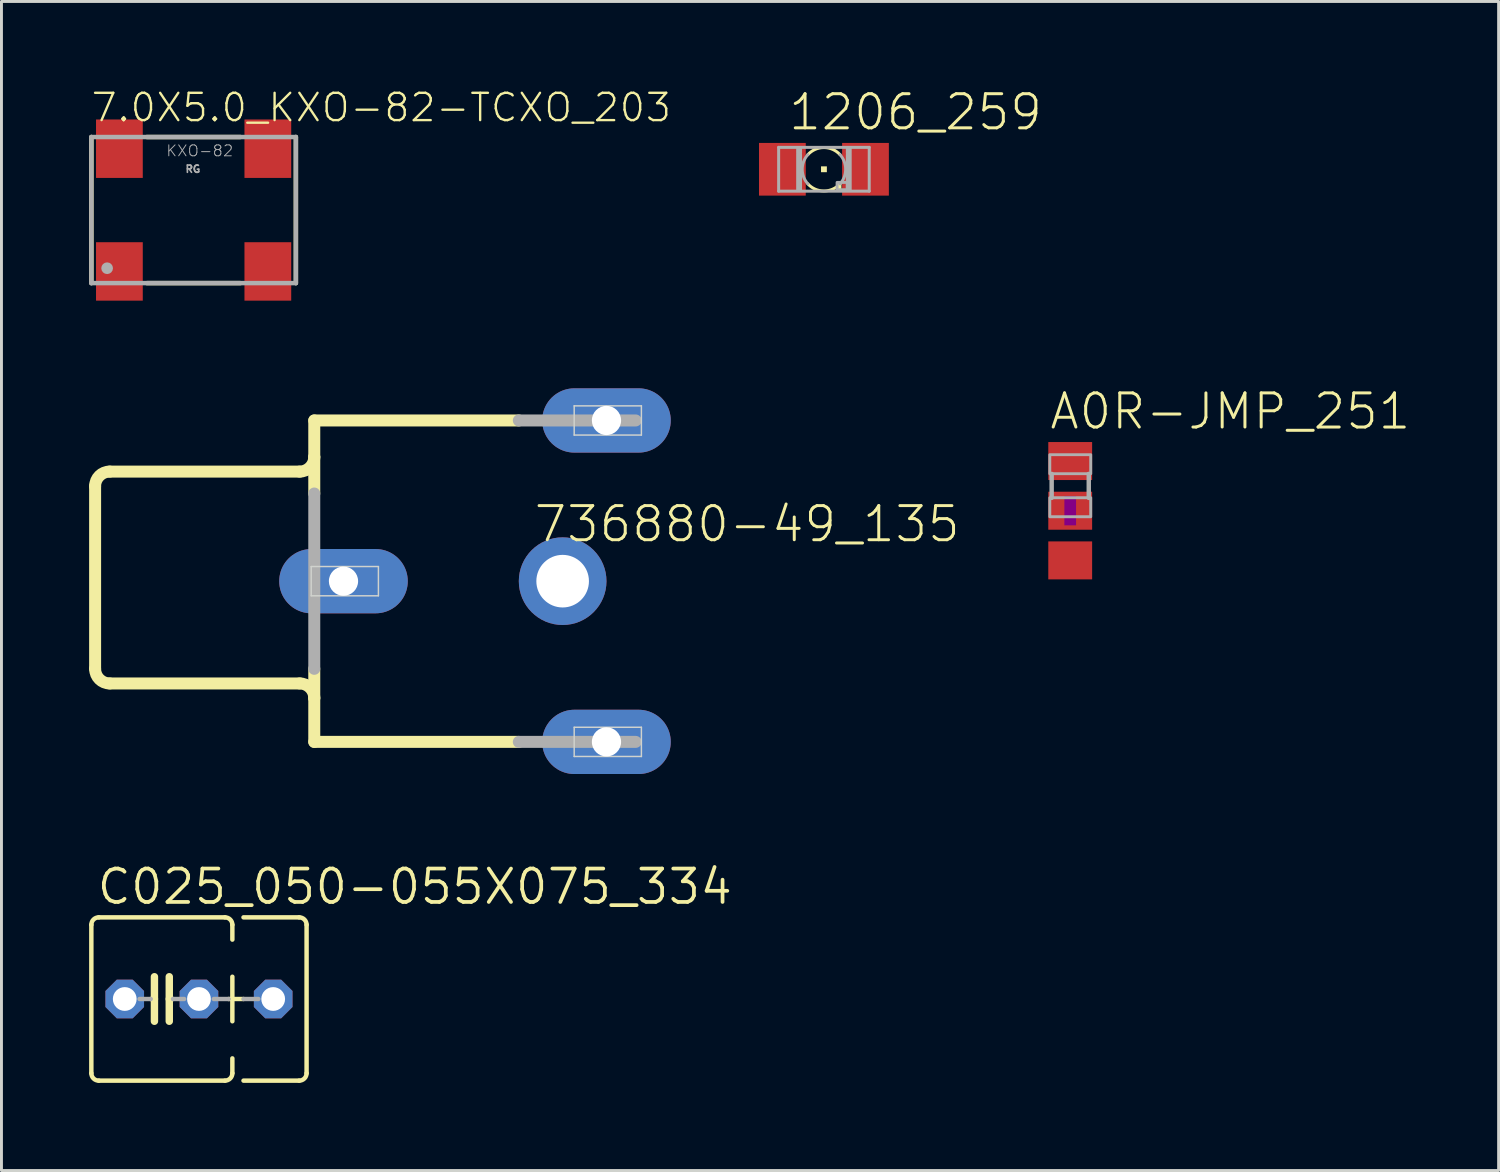
<source format=kicad_pcb>
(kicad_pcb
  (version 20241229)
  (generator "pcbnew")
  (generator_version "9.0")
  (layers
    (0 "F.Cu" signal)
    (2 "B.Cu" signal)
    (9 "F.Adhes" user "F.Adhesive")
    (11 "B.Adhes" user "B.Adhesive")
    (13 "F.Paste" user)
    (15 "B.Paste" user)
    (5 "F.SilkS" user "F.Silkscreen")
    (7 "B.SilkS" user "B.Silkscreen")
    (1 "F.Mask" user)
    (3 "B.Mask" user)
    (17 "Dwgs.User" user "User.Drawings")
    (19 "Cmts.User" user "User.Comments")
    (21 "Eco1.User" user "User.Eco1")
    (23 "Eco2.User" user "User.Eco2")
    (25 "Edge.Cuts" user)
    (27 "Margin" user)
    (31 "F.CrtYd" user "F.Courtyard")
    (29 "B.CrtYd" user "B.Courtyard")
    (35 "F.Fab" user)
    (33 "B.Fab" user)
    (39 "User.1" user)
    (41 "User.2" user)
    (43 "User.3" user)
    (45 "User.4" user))
  (footprint "C025_050-055X075_334"
    (layer "F.Cu")
    (at 2.489 31.138)
    (property "Reference" "C025_050-055X075_334" (at -2.286 -3.175 0) (unlocked yes) (layer "F.SilkS") (effects (font (size 1.143 1.143) (thickness 0.127)) (justify left bottom)))
    (fp_line (start -2.413 -2.54) (end -2.413 2.54) (stroke (width 0.152) (type solid)) (layer "F.SilkS"))
    (fp_line (start -2.159 -2.794) (end 2.159 -2.794) (stroke (width 0.152) (type solid)) (layer "F.SilkS"))
    (fp_line (start -0.254 -0.762) (end -0.254 0) (stroke (width 0.254) (type solid)) (layer "F.SilkS"))
    (fp_line (start -0.254 0) (end -0.381 0) (stroke (width 0.152) (type solid)) (layer "F.SilkS"))
    (fp_line (start -0.254 0) (end -0.254 0.762) (stroke (width 0.254) (type solid)) (layer "F.SilkS"))
    (fp_line (start 0.254 0) (end 0.254 -0.762) (stroke (width 0.254) (type solid)) (layer "F.SilkS"))
    (fp_line (start 0.254 0) (end 0.254 0.762) (stroke (width 0.254) (type solid)) (layer "F.SilkS"))
    (fp_line (start 0.381 0) (end 0.254 0) (stroke (width 0.152) (type solid)) (layer "F.SilkS"))
    (fp_line (start 2.159 2.794) (end -2.159 2.794) (stroke (width 0.152) (type solid)) (layer "F.SilkS"))
    (fp_line (start 2.286 0) (end 2.794 0) (stroke (width 0.152) (type solid)) (layer "F.SilkS"))
    (fp_line (start 2.413 -2.54) (end 2.413 -2.032) (stroke (width 0.152) (type solid)) (layer "F.SilkS"))
    (fp_line (start 2.413 -0.762) (end 2.413 0.762) (stroke (width 0.152) (type solid)) (layer "F.SilkS"))
    (fp_line (start 2.413 2.032) (end 2.413 2.54) (stroke (width 0.152) (type solid)) (layer "F.SilkS"))
    (fp_line (start 2.794 -2.794) (end 4.699 -2.794) (stroke (width 0.152) (type solid)) (layer "F.SilkS"))
    (fp_line (start 4.699 2.794) (end 2.794 2.794) (stroke (width 0.152) (type solid)) (layer "F.SilkS"))
    (fp_line (start 4.953 -2.54) (end 4.953 2.54) (stroke (width 0.152) (type solid)) (layer "F.SilkS"))
    (fp_arc (start -2.413 -2.54) (mid -2.338605 -2.719605) (end -2.159 -2.794) (stroke (width 0.1524) (type solid)) (layer "F.SilkS"))
    (fp_arc (start -2.159 2.794) (mid -2.338605 2.719605) (end -2.413 2.54) (stroke (width 0.1524) (type solid)) (layer "F.SilkS"))
    (fp_arc (start 2.159 -2.794) (mid 2.338605 -2.719605) (end 2.413 -2.54) (stroke (width 0.1524) (type solid)) (layer "F.SilkS"))
    (fp_arc (start 2.413 2.54) (mid 2.338605 2.719605) (end 2.159 2.794) (stroke (width 0.1524) (type solid)) (layer "F.SilkS"))
    (fp_arc (start 4.699 -2.794) (mid 4.878605 -2.719605) (end 4.953 -2.54) (stroke (width 0.1524) (type solid)) (layer "F.SilkS"))
    (fp_arc (start 4.953 2.54) (mid 4.878605 2.719605) (end 4.699 2.794) (stroke (width 0.1524) (type solid)) (layer "F.SilkS"))
    (fp_line (start -0.381 0) (end -0.762 0) (stroke (width 0.152) (type solid)) (layer "F.Fab"))
    (fp_line (start 0.381 0) (end 0.762 0) (stroke (width 0.152) (type solid)) (layer "F.Fab"))
    (fp_line (start 1.778 0) (end 2.286 0) (stroke (width 0.152) (type solid)) (layer "F.Fab"))
    (fp_line (start 2.794 0) (end 3.302 0) (stroke (width 0.152) (type solid)) (layer "F.Fab"))
    (pad "1" thru_hole roundrect (at -1.27 0) (size 1.321 1.321) (drill 0.813) (layers "*.Cu" "*.Mask") (roundrect_rratio 0.25) (chamfer_ratio 0.293) (chamfer top_left top_right bottom_left bottom_right))
    (pad "2" thru_hole roundrect (at 1.27 0) (size 1.321 1.321) (drill 0.813) (layers "*.Cu" "*.Mask") (roundrect_rratio 0.25) (chamfer_ratio 0.293) (chamfer top_left top_right bottom_left bottom_right))
    (pad "3" thru_hole roundrect (at 3.81 0) (size 1.321 1.321) (drill 0.813) (layers "*.Cu" "*.Mask") (roundrect_rratio 0.25) (chamfer_ratio 0.293) (chamfer top_left top_right bottom_left bottom_right)))
  (footprint "1206_259"
    (layer "F.Cu")
    (at 25.147 2.743)
    (property "Reference" "1206_259" (at -1.27 -1.27 0) (unlocked yes) (layer "F.SilkS") (effects (font (size 1.168 1.168) (thickness 0.102)) (justify left bottom)))
    (fp_arc (start -0.55 -0.5) (mid 0 -0.743303) (end 0.55 -0.5) (stroke (width 0.1016) (type solid)) (layer "F.SilkS"))
    (fp_arc (start 0.55 0.5) (mid 0 0.743303) (end -0.55 0.5) (stroke (width 0.1016) (type solid)) (layer "F.SilkS"))
    (fp_poly (pts (xy -0.1 0.1) (xy 0.1 0.1) (xy 0.1 -0.1) (xy -0.1 -0.1)) (stroke (width 0) (type default)) (fill yes) (layer "F.SilkS"))
    (fp_poly (pts (xy 0.45 0.7) (xy 0.6 0.7) (xy 0.6 0.45) (xy 0.45 0.45)) (stroke (width 0) (type default)) (fill yes) (layer "F.SilkS"))
    (fp_line (start -1.55 -0.75) (end 1.55 -0.75) (stroke (width 0.102) (type solid)) (layer "F.Fab"))
    (fp_line (start -1.55 0.75) (end -1.55 -0.75) (stroke (width 0.102) (type solid)) (layer "F.Fab"))
    (fp_line (start 1.55 -0.75) (end 1.55 0.75) (stroke (width 0.102) (type solid)) (layer "F.Fab"))
    (fp_line (start 1.55 0.75) (end -1.55 0.75) (stroke (width 0.102) (type solid)) (layer "F.Fab"))
    (fp_arc (start -0.55 0.5) (mid -0.743303 0) (end -0.55 -0.5) (stroke (width 0.1016) (type solid)) (layer "F.Fab"))
    (fp_arc (start 0.55 -0.5) (mid 0.743303 0) (end 0.55 0.5) (stroke (width 0.1016) (type solid)) (layer "F.Fab"))
    (fp_poly (pts (xy -0.9 -0.55) (xy -0.8 -0.55) (xy -0.8 -0.7) (xy -0.9 -0.7)) (stroke (width 0.1) (type default)) (fill no) (layer "F.Fab"))
    (fp_poly (pts (xy -0.9 0.7) (xy -0.8 0.7) (xy -0.8 -0.5) (xy -0.9 -0.5)) (stroke (width 0.1) (type default)) (fill no) (layer "F.Fab"))
    (fp_poly (pts (xy 0.45 0.7) (xy 0.8 0.7) (xy 0.8 0.45) (xy 0.45 0.45)) (stroke (width 0.1) (type default)) (fill no) (layer "F.Fab"))
    (fp_poly (pts (xy 0.8 -0.55) (xy 0.9 -0.55) (xy 0.9 -0.7) (xy 0.8 -0.7)) (stroke (width 0.1) (type default)) (fill no) (layer "F.Fab"))
    (fp_poly (pts (xy 0.8 0.7) (xy 0.9 0.7) (xy 0.9 -0.5) (xy 0.8 -0.5)) (stroke (width 0.1) (type default)) (fill no) (layer "F.Fab"))
    (pad "A" smd rect (at -1.422 0) (size 1.6 1.803) (layers "F.Cu" "F.Mask" "F.Paste"))
    (pad "C" smd rect (at 1.422 0) (size 1.6 1.803) (layers "F.Cu" "F.Mask" "F.Paste")))
  (footprint "7.0X5.0_KXO-82-TCXO_203"
    (layer "F.Cu")
    (at 3.576 4.139)
    (property "Reference" "7.0X5.0_KXO-82-TCXO_203" (at -3.56 -2.96 0) (unlocked yes) (layer "F.SilkS") (effects (font (size 0.935 0.935) (thickness 0.081)) (justify left bottom)))
    (fp_line (start -3.5 2.5) (end -3.5 -2.5) (stroke (width 0.152) (type solid)) (layer "F.SilkS"))
    (fp_line (start -1.6 -2.5) (end 1.6 -2.5) (stroke (width 0.152) (type solid)) (layer "F.SilkS"))
    (fp_line (start -1.6 2.5) (end 1.6 2.5) (stroke (width 0.152) (type solid)) (layer "F.SilkS"))
    (fp_line (start 3.5 2.5) (end 3.5 -2.5) (stroke (width 0.152) (type solid)) (layer "F.SilkS"))
    (fp_line (start -3.5 -2.5) (end -3.5 2.5) (stroke (width 0.152) (type solid)) (layer "F.Fab"))
    (fp_line (start -3.5 2.5) (end 3.5 2.5) (stroke (width 0.152) (type solid)) (layer "F.Fab"))
    (fp_line (start 3.5 -2.5) (end -3.5 -2.5) (stroke (width 0.152) (type solid)) (layer "F.Fab"))
    (fp_line (start 3.5 2.5) (end 3.5 -2.5) (stroke (width 0.152) (type solid)) (layer "F.Fab"))
    (fp_circle (center -2.96 1.99) (end -2.86 1.99) (stroke (width 0.2) (type solid)) (fill no) (layer "F.Fab"))
    (fp_text user "RG" (at -0.31 -1.26 0) (unlocked yes) (layer "F.Fab") (effects (font (size 0.247 0.247) (thickness 0.058)) (justify left bottom)))
    (fp_text user "KXO-82" (at -0.96 -1.81 0) (unlocked yes) (layer "F.Fab") (effects (font (size 0.374 0.374) (thickness 0.033)) (justify left bottom)))
    (pad "1" smd rect (at -2.54 2.1) (size 1.6 2) (layers "F.Cu" "F.Mask" "F.Paste"))
    (pad "2" smd rect (at 2.54 2.1) (size 1.6 2) (layers "F.Cu" "F.Mask" "F.Paste"))
    (pad "3" smd rect (at 2.54 -2.1) (size 1.6 2) (layers "F.Cu" "F.Mask" "F.Paste"))
    (pad "4" smd rect (at -2.54 -2.1) (size 1.6 2) (layers "F.Cu" "F.Mask" "F.Paste")))
  (footprint "736880-49_135"
    (layer "F.Cu")
    (at 12.625 16.839)
    (property "Reference" "736880-49_135" (at 2.54 -1.27 0) (unlocked yes) (layer "F.SilkS") (effects (font (size 1.168 1.168) (thickness 0.102)) (justify left bottom)))
    (fp_line (start -12.42 3) (end -12.42 -3.25) (stroke (width 0.41) (type solid)) (layer "F.SilkS"))
    (fp_line (start -11.92 -3.75) (end -5.42 -3.75) (stroke (width 0.41) (type solid)) (layer "F.SilkS"))
    (fp_line (start -5.42 3.5) (end -11.92 3.5) (stroke (width 0.41) (type solid)) (layer "F.SilkS"))
    (fp_line (start -4.92 -5.5) (end -4.92 -4.25) (stroke (width 0.41) (type solid)) (layer "F.SilkS"))
    (fp_line (start -4.92 -4.25) (end -4.92 -3) (stroke (width 0.41) (type solid)) (layer "F.SilkS"))
    (fp_line (start -4.92 4) (end -4.92 3) (stroke (width 0.41) (type solid)) (layer "F.SilkS"))
    (fp_line (start -4.92 5.5) (end -4.92 4) (stroke (width 0.41) (type solid)) (layer "F.SilkS"))
    (fp_line (start 2.08 -5.5) (end -4.92 -5.5) (stroke (width 0.41) (type solid)) (layer "F.SilkS"))
    (fp_line (start 2.08 5.5) (end -4.92 5.5) (stroke (width 0.41) (type solid)) (layer "F.SilkS"))
    (fp_arc (start -12.42 -3.25) (mid -12.273553 -3.603553) (end -11.92 -3.75) (stroke (width 0.4096) (type solid)) (layer "F.SilkS"))
    (fp_arc (start -11.92 3.5) (mid -12.273553 3.353553) (end -12.42 3) (stroke (width 0.4096) (type solid)) (layer "F.SilkS"))
    (fp_arc (start -5.42 3.5) (mid -5.066447 3.646447) (end -4.92 4) (stroke (width 0.4096) (type solid)) (layer "F.SilkS"))
    (fp_arc (start -4.92 -4.25) (mid -5.066447 -3.896447) (end -5.42 -3.75) (stroke (width 0.4096) (type solid)) (layer "F.SilkS"))
    (fp_line (start -5.025 -0.5) (end -2.725 -0.5) (stroke (width 0.05) (type solid)) (layer "Edge.Cuts"))
    (fp_line (start -5.025 0.5) (end -5.025 -0.5) (stroke (width 0.05) (type solid)) (layer "Edge.Cuts"))
    (fp_line (start -2.725 -0.5) (end -2.725 0.5) (stroke (width 0.05) (type solid)) (layer "Edge.Cuts"))
    (fp_line (start -2.725 0.5) (end -5.025 0.5) (stroke (width 0.05) (type solid)) (layer "Edge.Cuts"))
    (fp_line (start 3.975 -6) (end 6.275 -6) (stroke (width 0.05) (type solid)) (layer "Edge.Cuts"))
    (fp_line (start 3.975 -5) (end 3.975 -6) (stroke (width 0.05) (type solid)) (layer "Edge.Cuts"))
    (fp_line (start 3.975 5) (end 6.275 5) (stroke (width 0.05) (type solid)) (layer "Edge.Cuts"))
    (fp_line (start 3.975 6) (end 3.975 5) (stroke (width 0.05) (type solid)) (layer "Edge.Cuts"))
    (fp_line (start 6.275 -6) (end 6.275 -5) (stroke (width 0.05) (type solid)) (layer "Edge.Cuts"))
    (fp_line (start 6.275 -5) (end 3.975 -5) (stroke (width 0.05) (type solid)) (layer "Edge.Cuts"))
    (fp_line (start 6.275 5) (end 6.275 6) (stroke (width 0.05) (type solid)) (layer "Edge.Cuts"))
    (fp_line (start 6.275 6) (end 3.975 6) (stroke (width 0.05) (type solid)) (layer "Edge.Cuts"))
    (fp_line (start -4.92 -3) (end -4.92 3) (stroke (width 0.41) (type solid)) (layer "F.Fab"))
    (fp_line (start 6.08 -5.5) (end 2.08 -5.5) (stroke (width 0.41) (type solid)) (layer "F.Fab"))
    (fp_line (start 6.08 5.5) (end 2.08 5.5) (stroke (width 0.41) (type solid)) (layer "F.Fab"))
    (pad "1" thru_hole oval (at -3.92 0) (size 4.4 2.2) (drill 1) (layers "*.Cu" "*.Mask"))
    (pad "1@1" thru_hole oval (at 5.08 5.5) (size 4.4 2.2) (drill 1) (layers "*.Cu" "*.Mask"))
    (pad "1@2" thru_hole oval (at 5.08 -5.5) (size 4.4 2.2) (drill 1) (layers "*.Cu" "*.Mask"))
    (pad "2" thru_hole circle (at 3.58 0) (size 3 3) (drill 1.8) (layers "*.Cu" "*.Mask")))
  (footprint "A0R-JMP_251"
    (layer "F.Cu")
    (at 33.575 14.428)
    (property "Reference" "A0R-JMP_251" (at -0.762 -2.716 0) (unlocked yes) (layer "F.SilkS") (effects (font (size 1.168 1.168) (thickness 0.102)) (justify left bottom)))
    (fp_poly (pts (xy -0.2 0.5) (xy 0.2 0.5) (xy 0.2 -0.5) (xy -0.2 -0.5)) (stroke (width 0) (type default)) (fill yes) (layer "F.Adhes"))
    (fp_line (start -0.635 -1.26) (end -0.635 -0.44) (stroke (width 0.152) (type solid)) (layer "F.Fab"))
    (fp_line (start 0.635 -1.26) (end 0.635 -0.44) (stroke (width 0.152) (type solid)) (layer "F.Fab"))
    (fp_poly (pts (xy -0.699 -1.917) (xy -0.699 -1.267) (xy 0.702 -1.267) (xy 0.702 -1.917)) (stroke (width 0.1) (type default)) (fill no) (layer "F.Fab"))
    (fp_poly (pts (xy -0.699 -0.444) (xy -0.699 0.206) (xy 0.702 0.206) (xy 0.702 -0.444)) (stroke (width 0.1) (type default)) (fill no) (layer "F.Fab"))
    (pad "1" smd rect (at 0 -1.7 270) (size 1.3 1.5) (layers "F.Cu" "F.Mask" "F.Paste"))
    (pad "2" smd rect (at 0 0 270) (size 1.3 1.5) (layers "F.Cu" "F.Mask" "F.Paste"))
    (pad "3" smd rect (at 0 1.7 270) (size 1.3 1.5) (layers "F.Cu" "F.Mask" "F.Paste")))
  (gr_rect
    (start -3 -3)
    (end 48.236 37.008)
    (stroke (width 0.1) (type default))
    (fill no)
    (layer "Edge.Cuts")))
</source>
